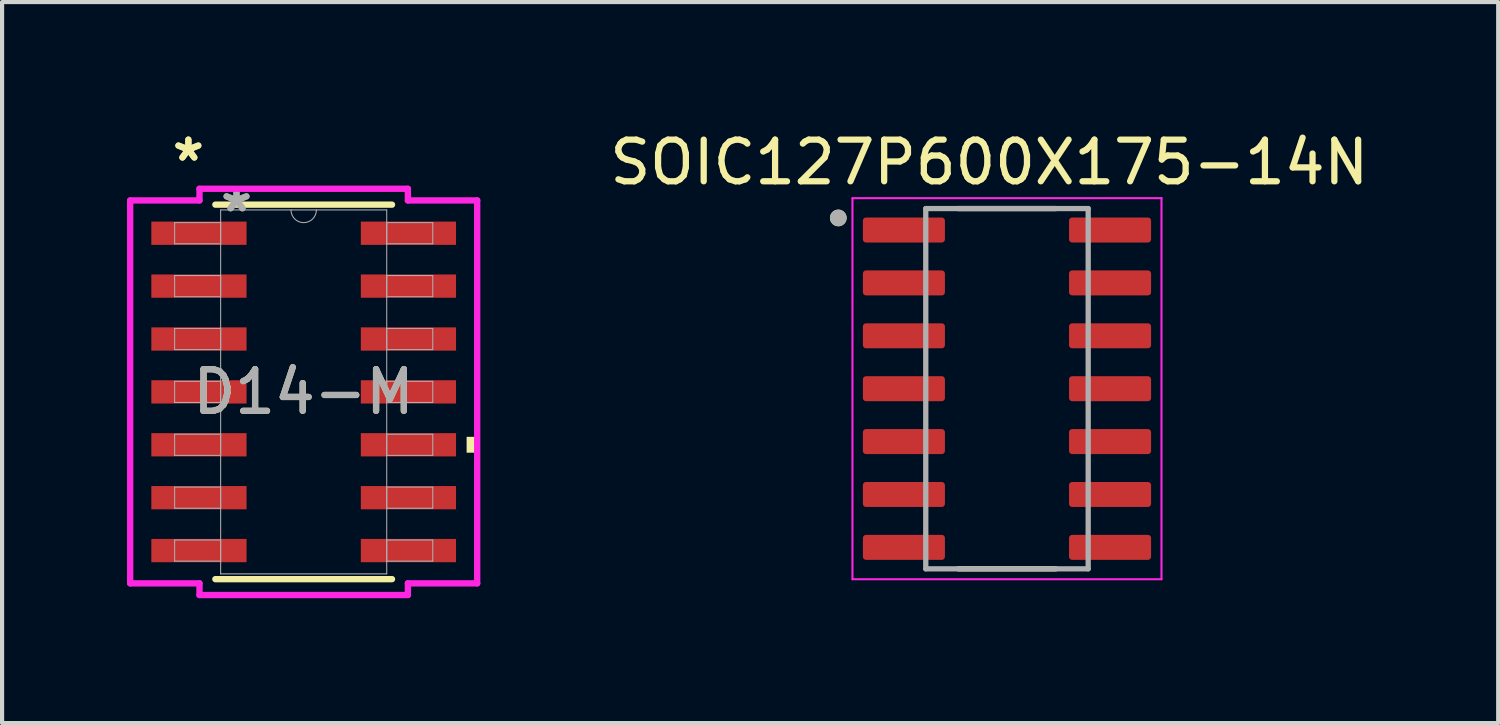
<source format=kicad_pcb>
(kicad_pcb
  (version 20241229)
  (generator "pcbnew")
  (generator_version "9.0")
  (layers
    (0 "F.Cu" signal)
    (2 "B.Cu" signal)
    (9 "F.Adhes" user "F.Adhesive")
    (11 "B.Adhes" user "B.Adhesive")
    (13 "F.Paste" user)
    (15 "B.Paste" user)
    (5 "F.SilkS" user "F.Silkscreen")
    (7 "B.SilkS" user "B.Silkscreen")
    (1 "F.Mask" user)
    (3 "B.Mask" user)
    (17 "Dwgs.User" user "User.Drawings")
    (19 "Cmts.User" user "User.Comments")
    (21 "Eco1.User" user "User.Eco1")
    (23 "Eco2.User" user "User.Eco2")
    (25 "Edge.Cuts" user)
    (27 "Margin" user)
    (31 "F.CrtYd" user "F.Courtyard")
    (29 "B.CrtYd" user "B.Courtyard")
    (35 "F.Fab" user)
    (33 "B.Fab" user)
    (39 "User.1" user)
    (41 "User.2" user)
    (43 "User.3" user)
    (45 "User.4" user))
  (footprint "D14-M"
    (layer "F.Cu")
    (at 4.242 6.36)
    (property "Reference" "D14-M" (at 0 0 0) (unlocked yes) (layer "F.SilkS") (effects (font (size 1 1) (thickness 0.15))))
    (attr smd)
    (fp_line (start -2.121 4.496) (end 2.121 4.496) (stroke (width 0.152) (type solid)) (layer "F.SilkS"))
    (fp_line (start 2.121 -4.496) (end -2.121 -4.496) (stroke (width 0.152) (type solid)) (layer "F.SilkS"))
    (fp_poly (pts (xy 4.166 1.079) (xy 4.166 1.46) (xy 3.912 1.46) (xy 3.912 1.079)) (stroke (width 0) (type solid)) (fill yes) (layer "F.SilkS"))
    (fp_line (start -4.166 -4.597) (end -2.502 -4.597) (stroke (width 0.152) (type solid)) (layer "F.CrtYd"))
    (fp_line (start -4.166 4.597) (end -4.166 -4.597) (stroke (width 0.152) (type solid)) (layer "F.CrtYd"))
    (fp_line (start -4.166 4.597) (end -2.502 4.597) (stroke (width 0.152) (type solid)) (layer "F.CrtYd"))
    (fp_line (start -2.502 -4.877) (end 2.502 -4.877) (stroke (width 0.152) (type solid)) (layer "F.CrtYd"))
    (fp_line (start -2.502 -4.597) (end -2.502 -4.877) (stroke (width 0.152) (type solid)) (layer "F.CrtYd"))
    (fp_line (start -2.502 4.877) (end -2.502 4.597) (stroke (width 0.152) (type solid)) (layer "F.CrtYd"))
    (fp_line (start 2.502 -4.877) (end 2.502 -4.597) (stroke (width 0.152) (type solid)) (layer "F.CrtYd"))
    (fp_line (start 2.502 4.597) (end 2.502 4.877) (stroke (width 0.152) (type solid)) (layer "F.CrtYd"))
    (fp_line (start 2.502 4.877) (end -2.502 4.877) (stroke (width 0.152) (type solid)) (layer "F.CrtYd"))
    (fp_line (start 4.166 -4.597) (end 2.502 -4.597) (stroke (width 0.152) (type solid)) (layer "F.CrtYd"))
    (fp_line (start 4.166 -4.597) (end 4.166 4.597) (stroke (width 0.152) (type solid)) (layer "F.CrtYd"))
    (fp_line (start 4.166 4.597) (end 2.502 4.597) (stroke (width 0.152) (type solid)) (layer "F.CrtYd"))
    (fp_line (start -3.099 -4.064) (end -3.099 -3.556) (stroke (width 0.025) (type solid)) (layer "F.Fab"))
    (fp_line (start -3.099 -3.556) (end -1.994 -3.556) (stroke (width 0.025) (type solid)) (layer "F.Fab"))
    (fp_line (start -3.099 -2.794) (end -3.099 -2.286) (stroke (width 0.025) (type solid)) (layer "F.Fab"))
    (fp_line (start -3.099 -2.286) (end -1.994 -2.286) (stroke (width 0.025) (type solid)) (layer "F.Fab"))
    (fp_line (start -3.099 -1.524) (end -3.099 -1.016) (stroke (width 0.025) (type solid)) (layer "F.Fab"))
    (fp_line (start -3.099 -1.016) (end -1.994 -1.016) (stroke (width 0.025) (type solid)) (layer "F.Fab"))
    (fp_line (start -3.099 -0.254) (end -3.099 0.254) (stroke (width 0.025) (type solid)) (layer "F.Fab"))
    (fp_line (start -3.099 0.254) (end -1.994 0.254) (stroke (width 0.025) (type solid)) (layer "F.Fab"))
    (fp_line (start -3.099 1.016) (end -3.099 1.524) (stroke (width 0.025) (type solid)) (layer "F.Fab"))
    (fp_line (start -3.099 1.524) (end -1.994 1.524) (stroke (width 0.025) (type solid)) (layer "F.Fab"))
    (fp_line (start -3.099 2.286) (end -3.099 2.794) (stroke (width 0.025) (type solid)) (layer "F.Fab"))
    (fp_line (start -3.099 2.794) (end -1.994 2.794) (stroke (width 0.025) (type solid)) (layer "F.Fab"))
    (fp_line (start -3.099 3.556) (end -3.099 4.064) (stroke (width 0.025) (type solid)) (layer "F.Fab"))
    (fp_line (start -3.099 4.064) (end -1.994 4.064) (stroke (width 0.025) (type solid)) (layer "F.Fab"))
    (fp_line (start -1.994 -4.369) (end -1.994 4.369) (stroke (width 0.025) (type solid)) (layer "F.Fab"))
    (fp_line (start -1.994 -4.064) (end -3.099 -4.064) (stroke (width 0.025) (type solid)) (layer "F.Fab"))
    (fp_line (start -1.994 -3.556) (end -1.994 -4.064) (stroke (width 0.025) (type solid)) (layer "F.Fab"))
    (fp_line (start -1.994 -2.794) (end -3.099 -2.794) (stroke (width 0.025) (type solid)) (layer "F.Fab"))
    (fp_line (start -1.994 -2.286) (end -1.994 -2.794) (stroke (width 0.025) (type solid)) (layer "F.Fab"))
    (fp_line (start -1.994 -1.524) (end -3.099 -1.524) (stroke (width 0.025) (type solid)) (layer "F.Fab"))
    (fp_line (start -1.994 -1.016) (end -1.994 -1.524) (stroke (width 0.025) (type solid)) (layer "F.Fab"))
    (fp_line (start -1.994 -0.254) (end -3.099 -0.254) (stroke (width 0.025) (type solid)) (layer "F.Fab"))
    (fp_line (start -1.994 0.254) (end -1.994 -0.254) (stroke (width 0.025) (type solid)) (layer "F.Fab"))
    (fp_line (start -1.994 1.016) (end -3.099 1.016) (stroke (width 0.025) (type solid)) (layer "F.Fab"))
    (fp_line (start -1.994 1.524) (end -1.994 1.016) (stroke (width 0.025) (type solid)) (layer "F.Fab"))
    (fp_line (start -1.994 2.286) (end -3.099 2.286) (stroke (width 0.025) (type solid)) (layer "F.Fab"))
    (fp_line (start -1.994 2.794) (end -1.994 2.286) (stroke (width 0.025) (type solid)) (layer "F.Fab"))
    (fp_line (start -1.994 3.556) (end -3.099 3.556) (stroke (width 0.025) (type solid)) (layer "F.Fab"))
    (fp_line (start -1.994 4.064) (end -1.994 3.556) (stroke (width 0.025) (type solid)) (layer "F.Fab"))
    (fp_line (start -1.994 4.369) (end 1.994 4.369) (stroke (width 0.025) (type solid)) (layer "F.Fab"))
    (fp_line (start 1.994 -4.369) (end -1.994 -4.369) (stroke (width 0.025) (type solid)) (layer "F.Fab"))
    (fp_line (start 1.994 -4.064) (end 1.994 -3.556) (stroke (width 0.025) (type solid)) (layer "F.Fab"))
    (fp_line (start 1.994 -3.556) (end 3.099 -3.556) (stroke (width 0.025) (type solid)) (layer "F.Fab"))
    (fp_line (start 1.994 -2.794) (end 1.994 -2.286) (stroke (width 0.025) (type solid)) (layer "F.Fab"))
    (fp_line (start 1.994 -2.286) (end 3.099 -2.286) (stroke (width 0.025) (type solid)) (layer "F.Fab"))
    (fp_line (start 1.994 -1.524) (end 1.994 -1.016) (stroke (width 0.025) (type solid)) (layer "F.Fab"))
    (fp_line (start 1.994 -1.016) (end 3.099 -1.016) (stroke (width 0.025) (type solid)) (layer "F.Fab"))
    (fp_line (start 1.994 -0.254) (end 1.994 0.254) (stroke (width 0.025) (type solid)) (layer "F.Fab"))
    (fp_line (start 1.994 0.254) (end 3.099 0.254) (stroke (width 0.025) (type solid)) (layer "F.Fab"))
    (fp_line (start 1.994 1.016) (end 1.994 1.524) (stroke (width 0.025) (type solid)) (layer "F.Fab"))
    (fp_line (start 1.994 1.524) (end 3.099 1.524) (stroke (width 0.025) (type solid)) (layer "F.Fab"))
    (fp_line (start 1.994 2.286) (end 1.994 2.794) (stroke (width 0.025) (type solid)) (layer "F.Fab"))
    (fp_line (start 1.994 2.794) (end 3.099 2.794) (stroke (width 0.025) (type solid)) (layer "F.Fab"))
    (fp_line (start 1.994 3.556) (end 1.994 4.064) (stroke (width 0.025) (type solid)) (layer "F.Fab"))
    (fp_line (start 1.994 4.064) (end 3.099 4.064) (stroke (width 0.025) (type solid)) (layer "F.Fab"))
    (fp_line (start 1.994 4.369) (end 1.994 -4.369) (stroke (width 0.025) (type solid)) (layer "F.Fab"))
    (fp_line (start 3.099 -4.064) (end 1.994 -4.064) (stroke (width 0.025) (type solid)) (layer "F.Fab"))
    (fp_line (start 3.099 -3.556) (end 3.099 -4.064) (stroke (width 0.025) (type solid)) (layer "F.Fab"))
    (fp_line (start 3.099 -2.794) (end 1.994 -2.794) (stroke (width 0.025) (type solid)) (layer "F.Fab"))
    (fp_line (start 3.099 -2.286) (end 3.099 -2.794) (stroke (width 0.025) (type solid)) (layer "F.Fab"))
    (fp_line (start 3.099 -1.524) (end 1.994 -1.524) (stroke (width 0.025) (type solid)) (layer "F.Fab"))
    (fp_line (start 3.099 -1.016) (end 3.099 -1.524) (stroke (width 0.025) (type solid)) (layer "F.Fab"))
    (fp_line (start 3.099 -0.254) (end 1.994 -0.254) (stroke (width 0.025) (type solid)) (layer "F.Fab"))
    (fp_line (start 3.099 0.254) (end 3.099 -0.254) (stroke (width 0.025) (type solid)) (layer "F.Fab"))
    (fp_line (start 3.099 1.016) (end 1.994 1.016) (stroke (width 0.025) (type solid)) (layer "F.Fab"))
    (fp_line (start 3.099 1.524) (end 3.099 1.016) (stroke (width 0.025) (type solid)) (layer "F.Fab"))
    (fp_line (start 3.099 2.286) (end 1.994 2.286) (stroke (width 0.025) (type solid)) (layer "F.Fab"))
    (fp_line (start 3.099 2.794) (end 3.099 2.286) (stroke (width 0.025) (type solid)) (layer "F.Fab"))
    (fp_line (start 3.099 3.556) (end 1.994 3.556) (stroke (width 0.025) (type solid)) (layer "F.Fab"))
    (fp_line (start 3.099 4.064) (end 3.099 3.556) (stroke (width 0.025) (type solid)) (layer "F.Fab"))
    (fp_arc (start 0.3048 -4.3688) (mid 0 -4.064) (end -0.3048 -4.3688) (stroke (width 0.0254) (type solid)) (layer "F.Fab"))
    (fp_text user "*" (at -2.769 -5.512 0) (unlocked yes) (layer "F.SilkS") (effects (font (size 1 1) (thickness 0.15))))
    (fp_text user "*" (at -2.769 -5.512 0) (layer "F.SilkS") (effects (font (size 1 1) (thickness 0.15))))
    (fp_text user "${REFERENCE}" (at 0 0 0) (unlocked yes) (layer "F.Fab") (effects (font (size 1 1) (thickness 0.15))))
    (fp_text user "*" (at -1.613 -4.293 0) (layer "F.Fab") (effects (font (size 1 1) (thickness 0.15))))
    (fp_text user "*" (at -1.613 -4.293 0) (unlocked yes) (layer "F.Fab") (effects (font (size 1 1) (thickness 0.15))))
    (pad "1" smd rect (at -2.515 -3.81) (size 2.286 0.559) (layers "F.Cu" "F.Mask" "F.Paste"))
    (pad "2" smd rect (at -2.515 -2.54) (size 2.286 0.559) (layers "F.Cu" "F.Mask" "F.Paste"))
    (pad "3" smd rect (at -2.515 -1.27) (size 2.286 0.559) (layers "F.Cu" "F.Mask" "F.Paste"))
    (pad "4" smd rect (at -2.515 0) (size 2.286 0.559) (layers "F.Cu" "F.Mask" "F.Paste"))
    (pad "5" smd rect (at -2.515 1.27) (size 2.286 0.559) (layers "F.Cu" "F.Mask" "F.Paste"))
    (pad "6" smd rect (at -2.515 2.54) (size 2.286 0.559) (layers "F.Cu" "F.Mask" "F.Paste"))
    (pad "7" smd rect (at -2.515 3.81) (size 2.286 0.559) (layers "F.Cu" "F.Mask" "F.Paste"))
    (pad "8" smd rect (at 2.515 3.81) (size 2.286 0.559) (layers "F.Cu" "F.Mask" "F.Paste"))
    (pad "9" smd rect (at 2.515 2.54) (size 2.286 0.559) (layers "F.Cu" "F.Mask" "F.Paste"))
    (pad "10" smd rect (at 2.515 1.27) (size 2.286 0.559) (layers "F.Cu" "F.Mask" "F.Paste"))
    (pad "11" smd rect (at 2.515 0) (size 2.286 0.559) (layers "F.Cu" "F.Mask" "F.Paste"))
    (pad "12" smd rect (at 2.515 -1.27) (size 2.286 0.559) (layers "F.Cu" "F.Mask" "F.Paste"))
    (pad "13" smd rect (at 2.515 -2.54) (size 2.286 0.559) (layers "F.Cu" "F.Mask" "F.Paste"))
    (pad "14" smd rect (at 2.515 -3.81) (size 2.286 0.559) (layers "F.Cu" "F.Mask" "F.Paste")))
  (footprint "SOIC127P600X175-14N"
    (layer "F.Cu")
    (at 21.129 6.283)
    (property "Reference" "SOIC127P600X175-14N" (at -0.425 -5.435 0) (layer "F.SilkS") (effects (font (size 1 1) (thickness 0.15))))
    (attr smd)
    (fp_line (start -1.17 -4.325) (end 1.17 -4.325) (stroke (width 0.127) (type solid)) (layer "F.SilkS"))
    (fp_line (start -1.17 4.325) (end 1.17 4.325) (stroke (width 0.127) (type solid)) (layer "F.SilkS"))
    (fp_circle (center -4.05 -4.1) (end -3.95 -4.1) (stroke (width 0.2) (type solid)) (fill no) (layer "F.SilkS"))
    (fp_line (start -3.71 -4.575) (end 3.71 -4.575) (stroke (width 0.05) (type solid)) (layer "F.CrtYd"))
    (fp_line (start -3.71 4.575) (end -3.71 -4.575) (stroke (width 0.05) (type solid)) (layer "F.CrtYd"))
    (fp_line (start 3.71 -4.575) (end 3.71 4.575) (stroke (width 0.05) (type solid)) (layer "F.CrtYd"))
    (fp_line (start 3.71 4.575) (end -3.71 4.575) (stroke (width 0.05) (type solid)) (layer "F.CrtYd"))
    (fp_line (start -1.95 -4.325) (end 1.95 -4.325) (stroke (width 0.127) (type solid)) (layer "F.Fab"))
    (fp_line (start -1.95 4.325) (end -1.95 -4.325) (stroke (width 0.127) (type solid)) (layer "F.Fab"))
    (fp_line (start 1.95 -4.325) (end 1.95 4.325) (stroke (width 0.127) (type solid)) (layer "F.Fab"))
    (fp_line (start 1.95 4.325) (end -1.95 4.325) (stroke (width 0.127) (type solid)) (layer "F.Fab"))
    (fp_circle (center -4.05 -4.1) (end -3.95 -4.1) (stroke (width 0.2) (type solid)) (fill no) (layer "F.Fab"))
    (pad "1" smd roundrect (at -2.475 -3.81) (size 1.97 0.6) (layers "F.Cu" "F.Mask" "F.Paste") (roundrect_rratio 0.125))
    (pad "2" smd roundrect (at -2.475 -2.54) (size 1.97 0.6) (layers "F.Cu" "F.Mask" "F.Paste") (roundrect_rratio 0.125))
    (pad "3" smd roundrect (at -2.475 -1.27) (size 1.97 0.6) (layers "F.Cu" "F.Mask" "F.Paste") (roundrect_rratio 0.125))
    (pad "4" smd roundrect (at -2.475 0) (size 1.97 0.6) (layers "F.Cu" "F.Mask" "F.Paste") (roundrect_rratio 0.125))
    (pad "5" smd roundrect (at -2.475 1.27) (size 1.97 0.6) (layers "F.Cu" "F.Mask" "F.Paste") (roundrect_rratio 0.125))
    (pad "6" smd roundrect (at -2.475 2.54) (size 1.97 0.6) (layers "F.Cu" "F.Mask" "F.Paste") (roundrect_rratio 0.125))
    (pad "7" smd roundrect (at -2.475 3.81) (size 1.97 0.6) (layers "F.Cu" "F.Mask" "F.Paste") (roundrect_rratio 0.125))
    (pad "8" smd roundrect (at 2.475 3.81) (size 1.97 0.6) (layers "F.Cu" "F.Mask" "F.Paste") (roundrect_rratio 0.125))
    (pad "9" smd roundrect (at 2.475 2.54) (size 1.97 0.6) (layers "F.Cu" "F.Mask" "F.Paste") (roundrect_rratio 0.125))
    (pad "10" smd roundrect (at 2.475 1.27) (size 1.97 0.6) (layers "F.Cu" "F.Mask" "F.Paste") (roundrect_rratio 0.125))
    (pad "11" smd roundrect (at 2.475 0) (size 1.97 0.6) (layers "F.Cu" "F.Mask" "F.Paste") (roundrect_rratio 0.125))
    (pad "12" smd roundrect (at 2.475 -1.27) (size 1.97 0.6) (layers "F.Cu" "F.Mask" "F.Paste") (roundrect_rratio 0.125))
    (pad "13" smd roundrect (at 2.475 -2.54) (size 1.97 0.6) (layers "F.Cu" "F.Mask" "F.Paste") (roundrect_rratio 0.125))
    (pad "14" smd roundrect (at 2.475 -3.81) (size 1.97 0.6) (layers "F.Cu" "F.Mask" "F.Paste") (roundrect_rratio 0.125)))
  (gr_rect
    (start -3 -3)
    (end 32.924 14.313)
    (stroke (width 0.1) (type default))
    (fill no)
    (layer "Edge.Cuts")))
</source>
